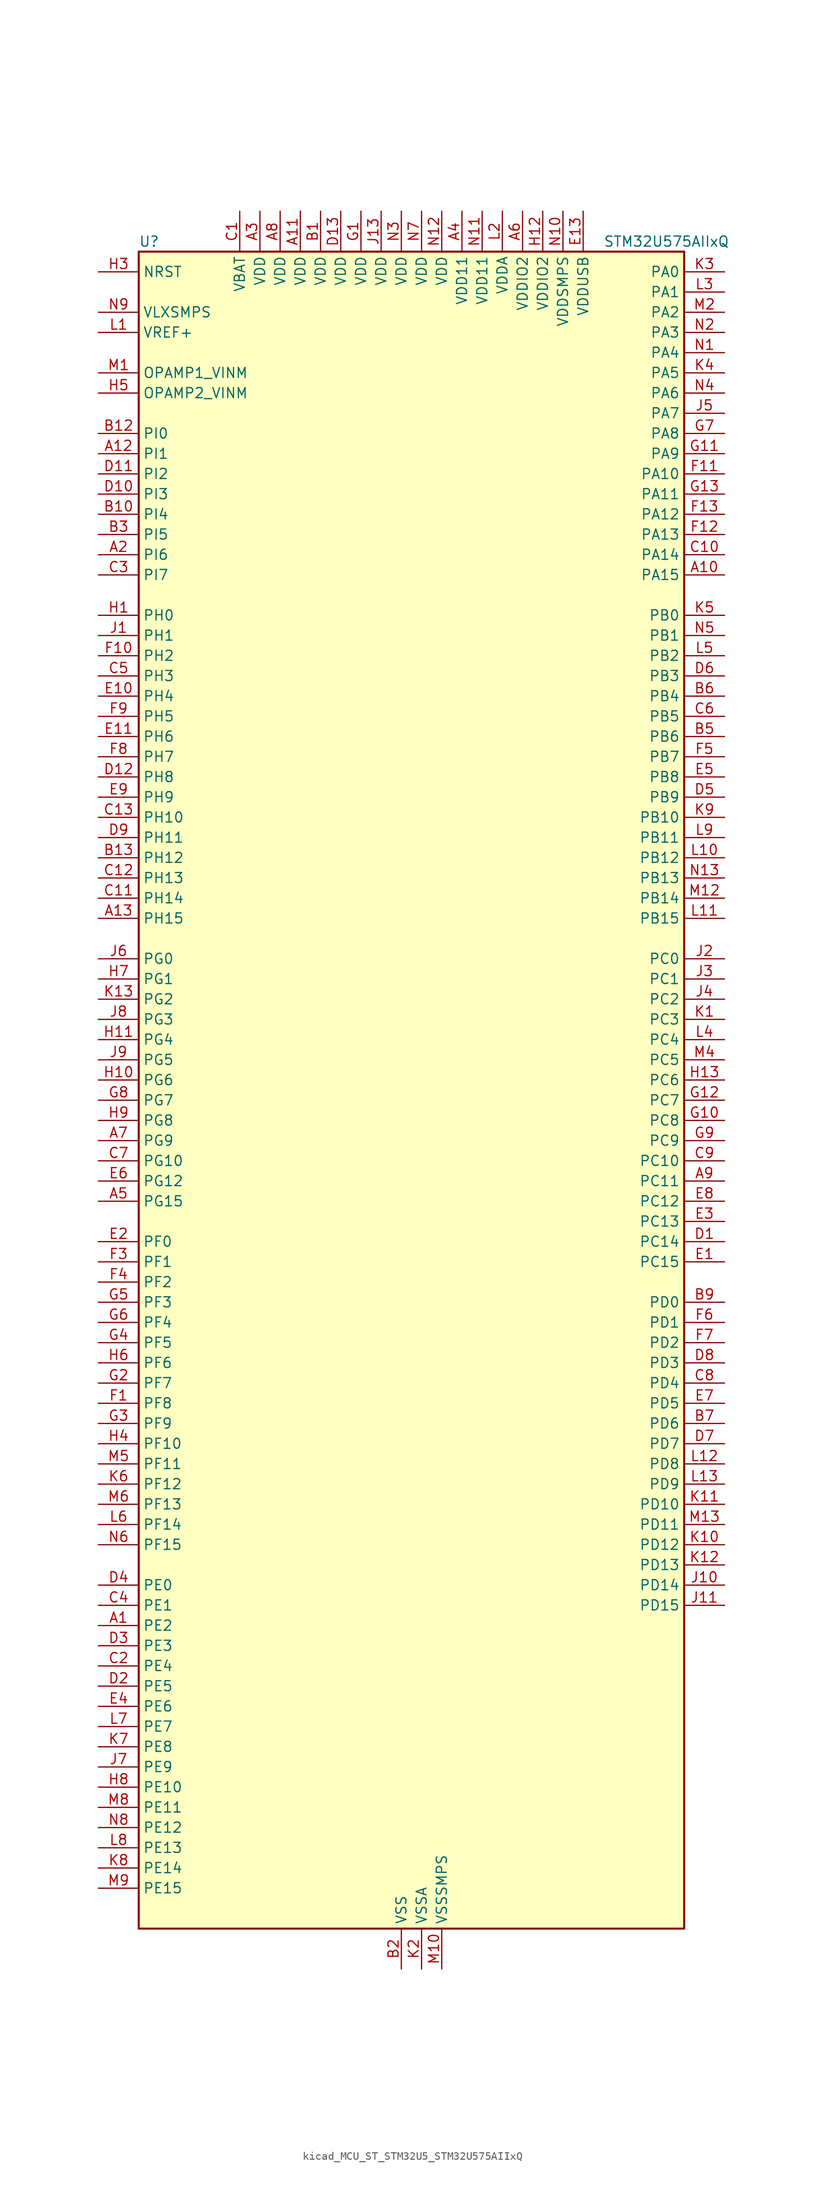
<source format=kicad_sym>
(kicad_symbol_lib
  (version 20220914)
  (generator kicad_symbol_editor)
  (symbol "kicad_MCU_ST_STM32U5_STM32U575AIIxQ"
    (property "Reference" "U"
      (at -33.02 107.95 0)
      (effects (font (size 1.27 1.27)) (justify left)))
    (property "Value" "STM32U575AIIxQ"
      (at 25.4 107.95 0)
      (effects (font (size 1.27 1.27)) (justify left)))
    (property "ki_locked" ""
      (at 0 0 0)
      (effects (font (size 1.27 1.27))))
    (symbol "kicad_MCU_ST_STM32U5_STM32U575AIIxQ_0_1"
      (rectangle (start -33.02 -104.14) (end 35.56 106.68) (stroke (width 0.254) (type default)) (fill (type background))))
    (symbol "kicad_MCU_ST_STM32U5_STM32U575AIIxQ_1_1"
      (pin bidirectional line (at -38.1 -66.04 0) (length 5.08) (name "PE2" (effects (font (size 1.27 1.27)))) (number "A1" (effects (font (size 1.27 1.27)))) (alternate "DEBUG_TRACECLK" bidirectional line) (alternate "FMC_A23" bidirectional line) (alternate "SAI1_CK1" bidirectional line) (alternate "SAI1_MCLK_A" bidirectional line) (alternate "TIM3_ETR" bidirectional line) (alternate "TSC_G7_IO1" bidirectional line))
      (pin bidirectional line (at 40.64 66.04 180) (length 5.08) (name "PA15" (effects (font (size 1.27 1.27)))) (number "A10" (effects (font (size 1.27 1.27)))) (alternate "ADC1_EXTI15" bidirectional line) (alternate "ADC4_EXTI15" bidirectional line) (alternate "DEBUG_JTDI" bidirectional line) (alternate "SAI2_FS_B" bidirectional line) (alternate "SPI1_NSS" bidirectional line) (alternate "SPI3_NSS" bidirectional line) (alternate "TIM2_CH1" bidirectional line) (alternate "TIM2_ETR" bidirectional line) (alternate "UART4_DE" bidirectional line) (alternate "UART4_RTS" bidirectional line) (alternate "UCPD1_CC1" bidirectional line) (alternate "USART2_RX" bidirectional line) (alternate "USART3_DE" bidirectional line) (alternate "USART3_RTS" bidirectional line))
      (pin power_in line (at -12.7 111.76 270) (length 5.08) (name "VDD" (effects (font (size 1.27 1.27)))) (number "A11" (effects (font (size 1.27 1.27)))))
      (pin bidirectional line (at -38.1 81.28 0) (length 5.08) (name "PI1" (effects (font (size 1.27 1.27)))) (number "A12" (effects (font (size 1.27 1.27)))) (alternate "DCMI_D8" bidirectional line) (alternate "OCTOSPIM_P2_IO2" bidirectional line) (alternate "PSSI_D8" bidirectional line) (alternate "SPI2_SCK" bidirectional line))
      (pin bidirectional line (at -38.1 22.86 0) (length 5.08) (name "PH15" (effects (font (size 1.27 1.27)))) (number "A13" (effects (font (size 1.27 1.27)))) (alternate "ADC1_EXTI15" bidirectional line) (alternate "ADC4_EXTI15" bidirectional line) (alternate "DCMI_D11" bidirectional line) (alternate "OCTOSPIM_P2_IO6" bidirectional line) (alternate "PSSI_D11" bidirectional line) (alternate "TIM8_CH3N" bidirectional line))
      (pin bidirectional line (at -38.1 68.58 0) (length 5.08) (name "PI6" (effects (font (size 1.27 1.27)))) (number "A2" (effects (font (size 1.27 1.27)))) (alternate "DCMI_D6" bidirectional line) (alternate "OCTOSPIM_P2_CLK" bidirectional line) (alternate "PSSI_D6" bidirectional line) (alternate "TIM8_CH2" bidirectional line))
      (pin power_in line (at -17.78 111.76 270) (length 5.08) (name "VDD" (effects (font (size 1.27 1.27)))) (number "A3" (effects (font (size 1.27 1.27)))))
      (pin power_in line (at 7.62 111.76 270) (length 5.08) (name "VDD11" (effects (font (size 1.27 1.27)))) (number "A4" (effects (font (size 1.27 1.27)))))
      (pin bidirectional line (at -38.1 -12.7 0) (length 5.08) (name "PG15" (effects (font (size 1.27 1.27)))) (number "A5" (effects (font (size 1.27 1.27)))) (alternate "ADC1_EXTI15" bidirectional line) (alternate "ADC4_EXTI15" bidirectional line) (alternate "DCMI_D13" bidirectional line) (alternate "I2C1_SMBA" bidirectional line) (alternate "LPTIM1_CH1" bidirectional line) (alternate "OCTOSPIM_P2_DQS" bidirectional line) (alternate "PSSI_D13" bidirectional line))
      (pin power_in line (at 15.24 111.76 270) (length 5.08) (name "VDDIO2" (effects (font (size 1.27 1.27)))) (number "A6" (effects (font (size 1.27 1.27)))))
      (pin bidirectional line (at -38.1 -5.08 0) (length 5.08) (name "PG9" (effects (font (size 1.27 1.27)))) (number "A7" (effects (font (size 1.27 1.27)))) (alternate "DAC1_EXTI9" bidirectional line) (alternate "FMC_NCE" bidirectional line) (alternate "FMC_NE2" bidirectional line) (alternate "OCTOSPIM_P2_IO6" bidirectional line) (alternate "SAI2_SCK_A" bidirectional line) (alternate "SPI3_SCK" bidirectional line) (alternate "TIM15_CH1N" bidirectional line) (alternate "USART1_TX" bidirectional line))
      (pin power_in line (at -15.24 111.76 270) (length 5.08) (name "VDD" (effects (font (size 1.27 1.27)))) (number "A8" (effects (font (size 1.27 1.27)))))
      (pin bidirectional line (at 40.64 -10.16 180) (length 5.08) (name "PC11" (effects (font (size 1.27 1.27)))) (number "A9" (effects (font (size 1.27 1.27)))) (alternate "ADC1_EXTI11" bidirectional line) (alternate "ADF1_SDI0" bidirectional line) (alternate "DCMI_D2" bidirectional line) (alternate "DCMI_D4" bidirectional line) (alternate "LPTIM3_IN1" bidirectional line) (alternate "OCTOSPIM_P1_NCS" bidirectional line) (alternate "PSSI_D2" bidirectional line) (alternate "PSSI_D4" bidirectional line) (alternate "SAI2_MCLK_B" bidirectional line) (alternate "SDMMC1_D3" bidirectional line) (alternate "SPI3_MISO" bidirectional line) (alternate "TSC_G3_IO3" bidirectional line) (alternate "UART4_RX" bidirectional line) (alternate "UCPD1_FRSTX2" bidirectional line) (alternate "USART3_RX" bidirectional line))
      (pin power_in line (at -10.16 111.76 270) (length 5.08) (name "VDD" (effects (font (size 1.27 1.27)))) (number "B1" (effects (font (size 1.27 1.27)))))
      (pin bidirectional line (at -38.1 73.66 0) (length 5.08) (name "PI4" (effects (font (size 1.27 1.27)))) (number "B10" (effects (font (size 1.27 1.27)))) (alternate "DCMI_D5" bidirectional line) (alternate "PSSI_D5" bidirectional line) (alternate "SPI2_RDY" bidirectional line) (alternate "TIM8_BKIN" bidirectional line))
      (pin passive line (at 0 -109.22 90) (length 5.08) hide (name "VSS" (effects (font (size 1.27 1.27)))) (number "B11" (effects (font (size 1.27 1.27)))))
      (pin bidirectional line (at -38.1 83.82 0) (length 5.08) (name "PI0" (effects (font (size 1.27 1.27)))) (number "B12" (effects (font (size 1.27 1.27)))) (alternate "DCMI_D13" bidirectional line) (alternate "OCTOSPIM_P1_IO5" bidirectional line) (alternate "PSSI_D13" bidirectional line) (alternate "SPI2_NSS" bidirectional line) (alternate "TIM5_CH4" bidirectional line))
      (pin bidirectional line (at -38.1 30.48 0) (length 5.08) (name "PH12" (effects (font (size 1.27 1.27)))) (number "B13" (effects (font (size 1.27 1.27)))) (alternate "DCMI_D3" bidirectional line) (alternate "OCTOSPIM_P2_IO7" bidirectional line) (alternate "PSSI_D3" bidirectional line) (alternate "TIM5_CH3" bidirectional line) (alternate "TIM8_CH4N" bidirectional line))
      (pin power_in line (at 0 -109.22 90) (length 5.08) (name "VSS" (effects (font (size 1.27 1.27)))) (number "B2" (effects (font (size 1.27 1.27)))))
      (pin bidirectional line (at -38.1 71.12 0) (length 5.08) (name "PI5" (effects (font (size 1.27 1.27)))) (number "B3" (effects (font (size 1.27 1.27)))) (alternate "DCMI_VSYNC" bidirectional line) (alternate "OCTOSPIM_P2_NCS" bidirectional line) (alternate "PSSI_RDY" bidirectional line) (alternate "TIM8_CH1" bidirectional line))
      (pin passive line (at 0 -109.22 90) (length 5.08) hide (name "VSS" (effects (font (size 1.27 1.27)))) (number "B4" (effects (font (size 1.27 1.27)))))
      (pin bidirectional line (at 40.64 45.72 180) (length 5.08) (name "PB6" (effects (font (size 1.27 1.27)))) (number "B5" (effects (font (size 1.27 1.27)))) (alternate "COMP2_INP" bidirectional line) (alternate "DCMI_D5" bidirectional line) (alternate "I2C1_SCL" bidirectional line) (alternate "I2C4_SCL" bidirectional line) (alternate "LPTIM1_ETR" bidirectional line) (alternate "MDF1_SDI5" bidirectional line) (alternate "PSSI_D5" bidirectional line) (alternate "PWR_WKUP3" bidirectional line) (alternate "SAI1_FS_B" bidirectional line) (alternate "TIM16_CH1N" bidirectional line) (alternate "TIM4_CH1" bidirectional line) (alternate "TIM8_BKIN2" bidirectional line) (alternate "TSC_G2_IO3" bidirectional line) (alternate "USART1_TX" bidirectional line))
      (pin bidirectional line (at 40.64 50.8 180) (length 5.08) (name "PB4" (effects (font (size 1.27 1.27)))) (number "B6" (effects (font (size 1.27 1.27)))) (alternate "ADF1_SDI0" bidirectional line) (alternate "COMP2_INP" bidirectional line) (alternate "DCMI_D12" bidirectional line) (alternate "DEBUG_JTRST" bidirectional line) (alternate "I2C3_SDA" bidirectional line) (alternate "LPTIM1_CH2" bidirectional line) (alternate "PSSI_D12" bidirectional line) (alternate "SAI1_MCLK_B" bidirectional line) (alternate "SDMMC2_D3" bidirectional line) (alternate "SPI1_MISO" bidirectional line) (alternate "SPI3_MISO" bidirectional line) (alternate "TIM17_BKIN" bidirectional line) (alternate "TIM3_CH1" bidirectional line) (alternate "TSC_G2_IO1" bidirectional line) (alternate "UART5_DE" bidirectional line) (alternate "UART5_RTS" bidirectional line) (alternate "USART1_CTS" bidirectional line))
      (pin bidirectional line (at 40.64 -40.64 180) (length 5.08) (name "PD6" (effects (font (size 1.27 1.27)))) (number "B7" (effects (font (size 1.27 1.27)))) (alternate "DCMI_D10" bidirectional line) (alternate "FMC_NWAIT" bidirectional line) (alternate "MDF1_SDI1" bidirectional line) (alternate "OCTOSPIM_P1_IO6" bidirectional line) (alternate "PSSI_D10" bidirectional line) (alternate "SAI1_D1" bidirectional line) (alternate "SAI1_SD_A" bidirectional line) (alternate "SDMMC2_CK" bidirectional line) (alternate "SPI3_MOSI" bidirectional line) (alternate "USART2_RX" bidirectional line))
      (pin passive line (at 0 -109.22 90) (length 5.08) hide (name "VSS" (effects (font (size 1.27 1.27)))) (number "B8" (effects (font (size 1.27 1.27)))))
      (pin bidirectional line (at 40.64 -25.4 180) (length 5.08) (name "PD0" (effects (font (size 1.27 1.27)))) (number "B9" (effects (font (size 1.27 1.27)))) (alternate "FDCAN1_RX" bidirectional line) (alternate "FMC_D2" bidirectional line) (alternate "FMC_DA2" bidirectional line) (alternate "SPI2_NSS" bidirectional line) (alternate "TIM8_CH4N" bidirectional line))
      (pin power_in line (at -20.32 111.76 270) (length 5.08) (name "VBAT" (effects (font (size 1.27 1.27)))) (number "C1" (effects (font (size 1.27 1.27)))))
      (pin bidirectional line (at 40.64 68.58 180) (length 5.08) (name "PA14" (effects (font (size 1.27 1.27)))) (number "C10" (effects (font (size 1.27 1.27)))) (alternate "DEBUG_JTCK-SWCLK" bidirectional line) (alternate "I2C1_SMBA" bidirectional line) (alternate "I2C4_SMBA" bidirectional line) (alternate "LPTIM1_CH1" bidirectional line) (alternate "SAI1_FS_B" bidirectional line) (alternate "USB_OTG_FS_SOF" bidirectional line))
      (pin bidirectional line (at -38.1 25.4 0) (length 5.08) (name "PH14" (effects (font (size 1.27 1.27)))) (number "C11" (effects (font (size 1.27 1.27)))) (alternate "DCMI_D4" bidirectional line) (alternate "FDCAN1_RX" bidirectional line) (alternate "PSSI_D4" bidirectional line) (alternate "TIM8_CH2N" bidirectional line))
      (pin bidirectional line (at -38.1 27.94 0) (length 5.08) (name "PH13" (effects (font (size 1.27 1.27)))) (number "C12" (effects (font (size 1.27 1.27)))) (alternate "FDCAN1_TX" bidirectional line) (alternate "TIM8_CH1N" bidirectional line))
      (pin bidirectional line (at -38.1 35.56 0) (length 5.08) (name "PH10" (effects (font (size 1.27 1.27)))) (number "C13" (effects (font (size 1.27 1.27)))) (alternate "DCMI_D1" bidirectional line) (alternate "OCTOSPIM_P2_IO5" bidirectional line) (alternate "PSSI_D1" bidirectional line) (alternate "TIM5_CH1" bidirectional line))
      (pin bidirectional line (at -38.1 -71.12 0) (length 5.08) (name "PE4" (effects (font (size 1.27 1.27)))) (number "C2" (effects (font (size 1.27 1.27)))) (alternate "DCMI_D4" bidirectional line) (alternate "DEBUG_TRACED1" bidirectional line) (alternate "FMC_A20" bidirectional line) (alternate "MDF1_SDI3" bidirectional line) (alternate "PSSI_D4" bidirectional line) (alternate "PWR_WKUP1" bidirectional line) (alternate "SAI1_D2" bidirectional line) (alternate "SAI1_FS_A" bidirectional line) (alternate "TAMP_IN7" bidirectional line) (alternate "TAMP_OUT8" bidirectional line) (alternate "TIM3_CH2" bidirectional line) (alternate "TSC_G7_IO3" bidirectional line))
      (pin bidirectional line (at -38.1 66.04 0) (length 5.08) (name "PI7" (effects (font (size 1.27 1.27)))) (number "C3" (effects (font (size 1.27 1.27)))) (alternate "DCMI_D7" bidirectional line) (alternate "OCTOSPIM_P2_NCLK" bidirectional line) (alternate "PSSI_D7" bidirectional line) (alternate "TIM8_CH3" bidirectional line))
      (pin bidirectional line (at -38.1 -63.5 0) (length 5.08) (name "PE1" (effects (font (size 1.27 1.27)))) (number "C4" (effects (font (size 1.27 1.27)))) (alternate "DCMI_D3" bidirectional line) (alternate "FMC_NBL1" bidirectional line) (alternate "PSSI_D3" bidirectional line) (alternate "TIM17_CH1" bidirectional line))
      (pin bidirectional line (at -38.1 53.34 0) (length 5.08) (name "PH3" (effects (font (size 1.27 1.27)))) (number "C5" (effects (font (size 1.27 1.27)))))
      (pin bidirectional line (at 40.64 48.26 180) (length 5.08) (name "PB5" (effects (font (size 1.27 1.27)))) (number "C6" (effects (font (size 1.27 1.27)))) (alternate "COMP2_OUT" bidirectional line) (alternate "DCMI_D10" bidirectional line) (alternate "I2C1_SMBA" bidirectional line) (alternate "LPTIM1_IN1" bidirectional line) (alternate "OCTOSPIM_P1_NCLK" bidirectional line) (alternate "PSSI_D10" bidirectional line) (alternate "PWR_WKUP6" bidirectional line) (alternate "SAI1_SD_B" bidirectional line) (alternate "SPI1_MOSI" bidirectional line) (alternate "SPI3_MOSI" bidirectional line) (alternate "TIM16_BKIN" bidirectional line) (alternate "TIM3_CH2" bidirectional line) (alternate "TSC_G2_IO2" bidirectional line) (alternate "UART5_CTS" bidirectional line) (alternate "UCPD1_DBCC1" bidirectional line) (alternate "USART1_CK" bidirectional line))
      (pin bidirectional line (at -38.1 -7.62 0) (length 5.08) (name "PG10" (effects (font (size 1.27 1.27)))) (number "C7" (effects (font (size 1.27 1.27)))) (alternate "FMC_NE3" bidirectional line) (alternate "LPTIM1_IN1" bidirectional line) (alternate "OCTOSPIM_P2_IO7" bidirectional line) (alternate "SAI2_FS_A" bidirectional line) (alternate "SPI3_MISO" bidirectional line) (alternate "TIM15_CH1" bidirectional line) (alternate "USART1_RX" bidirectional line))
      (pin bidirectional line (at 40.64 -35.56 180) (length 5.08) (name "PD4" (effects (font (size 1.27 1.27)))) (number "C8" (effects (font (size 1.27 1.27)))) (alternate "FMC_NOE" bidirectional line) (alternate "MDF1_CKI0" bidirectional line) (alternate "OCTOSPIM_P1_IO4" bidirectional line) (alternate "SPI2_MOSI" bidirectional line) (alternate "USART2_DE" bidirectional line) (alternate "USART2_RTS" bidirectional line))
      (pin bidirectional line (at 40.64 -7.62 180) (length 5.08) (name "PC10" (effects (font (size 1.27 1.27)))) (number "C9" (effects (font (size 1.27 1.27)))) (alternate "ADF1_CCK1" bidirectional line) (alternate "DCMI_D8" bidirectional line) (alternate "DEBUG_TRACED1" bidirectional line) (alternate "LPTIM3_ETR" bidirectional line) (alternate "PSSI_D8" bidirectional line) (alternate "SAI2_SCK_B" bidirectional line) (alternate "SDMMC1_D2" bidirectional line) (alternate "SPI3_SCK" bidirectional line) (alternate "TSC_G3_IO2" bidirectional line) (alternate "UART4_TX" bidirectional line) (alternate "USART3_TX" bidirectional line))
      (pin bidirectional line (at 40.64 -17.78 180) (length 5.08) (name "PC14" (effects (font (size 1.27 1.27)))) (number "D1" (effects (font (size 1.27 1.27)))) (alternate "RCC_OSC32_IN" bidirectional line))
      (pin bidirectional line (at -38.1 76.2 0) (length 5.08) (name "PI3" (effects (font (size 1.27 1.27)))) (number "D10" (effects (font (size 1.27 1.27)))) (alternate "DCMI_D10" bidirectional line) (alternate "OCTOSPIM_P2_IO0" bidirectional line) (alternate "PSSI_D10" bidirectional line) (alternate "SPI2_MOSI" bidirectional line) (alternate "TIM8_ETR" bidirectional line))
      (pin bidirectional line (at -38.1 78.74 0) (length 5.08) (name "PI2" (effects (font (size 1.27 1.27)))) (number "D11" (effects (font (size 1.27 1.27)))) (alternate "DCMI_D9" bidirectional line) (alternate "OCTOSPIM_P2_IO1" bidirectional line) (alternate "PSSI_D9" bidirectional line) (alternate "SPI2_MISO" bidirectional line) (alternate "TIM8_CH4" bidirectional line))
      (pin bidirectional line (at -38.1 40.64 0) (length 5.08) (name "PH8" (effects (font (size 1.27 1.27)))) (number "D12" (effects (font (size 1.27 1.27)))) (alternate "DCMI_HSYNC" bidirectional line) (alternate "I2C3_SDA" bidirectional line) (alternate "OCTOSPIM_P2_IO3" bidirectional line) (alternate "PSSI_DE" bidirectional line))
      (pin power_in line (at -7.62 111.76 270) (length 5.08) (name "VDD" (effects (font (size 1.27 1.27)))) (number "D13" (effects (font (size 1.27 1.27)))))
      (pin bidirectional line (at -38.1 -73.66 0) (length 5.08) (name "PE5" (effects (font (size 1.27 1.27)))) (number "D2" (effects (font (size 1.27 1.27)))) (alternate "DCMI_D6" bidirectional line) (alternate "DEBUG_TRACED2" bidirectional line) (alternate "FMC_A21" bidirectional line) (alternate "MDF1_CKI3" bidirectional line) (alternate "PSSI_D6" bidirectional line) (alternate "PWR_WKUP2" bidirectional line) (alternate "SAI1_CK2" bidirectional line) (alternate "SAI1_SCK_A" bidirectional line) (alternate "TAMP_IN8" bidirectional line) (alternate "TAMP_OUT7" bidirectional line) (alternate "TIM3_CH3" bidirectional line) (alternate "TSC_G7_IO4" bidirectional line))
      (pin bidirectional line (at -38.1 -68.58 0) (length 5.08) (name "PE3" (effects (font (size 1.27 1.27)))) (number "D3" (effects (font (size 1.27 1.27)))) (alternate "DEBUG_TRACED0" bidirectional line) (alternate "FMC_A19" bidirectional line) (alternate "OCTOSPIM_P1_DQS" bidirectional line) (alternate "SAI1_SD_B" bidirectional line) (alternate "TAMP_IN6" bidirectional line) (alternate "TAMP_OUT3" bidirectional line) (alternate "TIM3_CH1" bidirectional line) (alternate "TSC_G7_IO2" bidirectional line))
      (pin bidirectional line (at -38.1 -60.96 0) (length 5.08) (name "PE0" (effects (font (size 1.27 1.27)))) (number "D4" (effects (font (size 1.27 1.27)))) (alternate "DCMI_D2" bidirectional line) (alternate "FMC_NBL0" bidirectional line) (alternate "PSSI_D2" bidirectional line) (alternate "TIM16_CH1" bidirectional line) (alternate "TIM4_ETR" bidirectional line))
      (pin bidirectional line (at 40.64 38.1 180) (length 5.08) (name "PB9" (effects (font (size 1.27 1.27)))) (number "D5" (effects (font (size 1.27 1.27)))) (alternate "DAC1_EXTI9" bidirectional line) (alternate "DCMI_D7" bidirectional line) (alternate "FDCAN1_TX" bidirectional line) (alternate "I2C1_SDA" bidirectional line) (alternate "IR_OUT" bidirectional line) (alternate "PSSI_D7" bidirectional line) (alternate "SAI1_D2" bidirectional line) (alternate "SAI1_FS_A" bidirectional line) (alternate "SDMMC1_CDIR" bidirectional line) (alternate "SDMMC1_D5" bidirectional line) (alternate "SDMMC2_D5" bidirectional line) (alternate "SPI2_NSS" bidirectional line) (alternate "TIM17_CH1" bidirectional line) (alternate "TIM4_CH4" bidirectional line))
      (pin bidirectional line (at 40.64 53.34 180) (length 5.08) (name "PB3" (effects (font (size 1.27 1.27)))) (number "D6" (effects (font (size 1.27 1.27)))) (alternate "ADF1_CCK0" bidirectional line) (alternate "COMP2_INM" bidirectional line) (alternate "CRS_SYNC" bidirectional line) (alternate "DEBUG_JTDO-SWO" bidirectional line) (alternate "I2C1_SDA" bidirectional line) (alternate "LPTIM1_CH1" bidirectional line) (alternate "SAI1_SCK_B" bidirectional line) (alternate "SDMMC2_D2" bidirectional line) (alternate "SPI1_SCK" bidirectional line) (alternate "SPI3_SCK" bidirectional line) (alternate "TIM2_CH2" bidirectional line) (alternate "USART1_DE" bidirectional line) (alternate "USART1_RTS" bidirectional line))
      (pin bidirectional line (at 40.64 -43.18 180) (length 5.08) (name "PD7" (effects (font (size 1.27 1.27)))) (number "D7" (effects (font (size 1.27 1.27)))) (alternate "FMC_NCE" bidirectional line) (alternate "FMC_NE1" bidirectional line) (alternate "LPTIM4_OUT" bidirectional line) (alternate "MDF1_CKI1" bidirectional line) (alternate "OCTOSPIM_P1_IO7" bidirectional line) (alternate "SDMMC2_CMD" bidirectional line) (alternate "USART2_CK" bidirectional line))
      (pin bidirectional line (at 40.64 -33.02 180) (length 5.08) (name "PD3" (effects (font (size 1.27 1.27)))) (number "D8" (effects (font (size 1.27 1.27)))) (alternate "DCMI_D5" bidirectional line) (alternate "FMC_CLK" bidirectional line) (alternate "MDF1_SDI0" bidirectional line) (alternate "OCTOSPIM_P2_NCS" bidirectional line) (alternate "PSSI_D5" bidirectional line) (alternate "SPI2_MISO" bidirectional line) (alternate "SPI2_SCK" bidirectional line) (alternate "USART2_CTS" bidirectional line))
      (pin bidirectional line (at -38.1 33.02 0) (length 5.08) (name "PH11" (effects (font (size 1.27 1.27)))) (number "D9" (effects (font (size 1.27 1.27)))) (alternate "ADC1_EXTI11" bidirectional line) (alternate "DCMI_D2" bidirectional line) (alternate "OCTOSPIM_P2_IO6" bidirectional line) (alternate "PSSI_D2" bidirectional line) (alternate "TIM5_CH2" bidirectional line))
      (pin bidirectional line (at 40.64 -20.32 180) (length 5.08) (name "PC15" (effects (font (size 1.27 1.27)))) (number "E1" (effects (font (size 1.27 1.27)))) (alternate "ADC1_EXTI15" bidirectional line) (alternate "ADC4_EXTI15" bidirectional line) (alternate "RCC_OSC32_OUT" bidirectional line))
      (pin bidirectional line (at -38.1 50.8 0) (length 5.08) (name "PH4" (effects (font (size 1.27 1.27)))) (number "E10" (effects (font (size 1.27 1.27)))) (alternate "I2C2_SCL" bidirectional line) (alternate "OCTOSPIM_P2_DQS" bidirectional line) (alternate "PSSI_D14" bidirectional line))
      (pin bidirectional line (at -38.1 45.72 0) (length 5.08) (name "PH6" (effects (font (size 1.27 1.27)))) (number "E11" (effects (font (size 1.27 1.27)))) (alternate "DCMI_D8" bidirectional line) (alternate "I2C2_SMBA" bidirectional line) (alternate "OCTOSPIM_P2_CLK" bidirectional line) (alternate "PSSI_D8" bidirectional line))
      (pin passive line (at 0 -109.22 90) (length 5.08) hide (name "VSS" (effects (font (size 1.27 1.27)))) (number "E12" (effects (font (size 1.27 1.27)))))
      (pin power_in line (at 22.86 111.76 270) (length 5.08) (name "VDDUSB" (effects (font (size 1.27 1.27)))) (number "E13" (effects (font (size 1.27 1.27)))))
      (pin bidirectional line (at -38.1 -17.78 0) (length 5.08) (name "PF0" (effects (font (size 1.27 1.27)))) (number "E2" (effects (font (size 1.27 1.27)))) (alternate "FMC_A0" bidirectional line) (alternate "I2C2_SDA" bidirectional line) (alternate "OCTOSPIM_P2_IO0" bidirectional line))
      (pin bidirectional line (at 40.64 -15.24 180) (length 5.08) (name "PC13" (effects (font (size 1.27 1.27)))) (number "E3" (effects (font (size 1.27 1.27)))) (alternate "PWR_WKUP2" bidirectional line) (alternate "RTC_OUT1" bidirectional line) (alternate "RTC_TS" bidirectional line) (alternate "TAMP_IN1" bidirectional line) (alternate "TAMP_OUT2" bidirectional line))
      (pin bidirectional line (at -38.1 -76.2 0) (length 5.08) (name "PE6" (effects (font (size 1.27 1.27)))) (number "E4" (effects (font (size 1.27 1.27)))) (alternate "DCMI_D7" bidirectional line) (alternate "DEBUG_TRACED3" bidirectional line) (alternate "FMC_A22" bidirectional line) (alternate "PSSI_D7" bidirectional line) (alternate "PWR_WKUP3" bidirectional line) (alternate "SAI1_D1" bidirectional line) (alternate "SAI1_SD_A" bidirectional line) (alternate "TAMP_IN3" bidirectional line) (alternate "TAMP_OUT6" bidirectional line) (alternate "TIM3_CH4" bidirectional line))
      (pin bidirectional line (at 40.64 40.64 180) (length 5.08) (name "PB8" (effects (font (size 1.27 1.27)))) (number "E5" (effects (font (size 1.27 1.27)))) (alternate "DCMI_D6" bidirectional line) (alternate "FDCAN1_RX" bidirectional line) (alternate "I2C1_SCL" bidirectional line) (alternate "MDF1_CCK0" bidirectional line) (alternate "PSSI_D6" bidirectional line) (alternate "PWR_WKUP5" bidirectional line) (alternate "SAI1_CK1" bidirectional line) (alternate "SAI1_MCLK_A" bidirectional line) (alternate "SDMMC1_CKIN" bidirectional line) (alternate "SDMMC1_D4" bidirectional line) (alternate "SDMMC2_D4" bidirectional line) (alternate "SPI3_RDY" bidirectional line) (alternate "TIM16_CH1" bidirectional line) (alternate "TIM4_CH3" bidirectional line))
      (pin bidirectional line (at -38.1 -10.16 0) (length 5.08) (name "PG12" (effects (font (size 1.27 1.27)))) (number "E6" (effects (font (size 1.27 1.27)))) (alternate "FMC_NE4" bidirectional line) (alternate "LPTIM1_ETR" bidirectional line) (alternate "OCTOSPIM_P2_NCS" bidirectional line) (alternate "SAI2_SD_A" bidirectional line) (alternate "SPI3_NSS" bidirectional line) (alternate "USART1_DE" bidirectional line) (alternate "USART1_RTS" bidirectional line))
      (pin bidirectional line (at 40.64 -38.1 180) (length 5.08) (name "PD5" (effects (font (size 1.27 1.27)))) (number "E7" (effects (font (size 1.27 1.27)))) (alternate "FMC_NWE" bidirectional line) (alternate "OCTOSPIM_P1_IO5" bidirectional line) (alternate "SPI2_RDY" bidirectional line) (alternate "USART2_TX" bidirectional line))
      (pin bidirectional line (at 40.64 -12.7 180) (length 5.08) (name "PC12" (effects (font (size 1.27 1.27)))) (number "E8" (effects (font (size 1.27 1.27)))) (alternate "DCMI_D9" bidirectional line) (alternate "DEBUG_TRACED3" bidirectional line) (alternate "PSSI_D9" bidirectional line) (alternate "SAI2_SD_B" bidirectional line) (alternate "SDMMC1_CK" bidirectional line) (alternate "SPI3_MOSI" bidirectional line) (alternate "TSC_G3_IO4" bidirectional line) (alternate "UART5_TX" bidirectional line) (alternate "USART3_CK" bidirectional line))
      (pin bidirectional line (at -38.1 38.1 0) (length 5.08) (name "PH9" (effects (font (size 1.27 1.27)))) (number "E9" (effects (font (size 1.27 1.27)))) (alternate "DAC1_EXTI9" bidirectional line) (alternate "DCMI_D0" bidirectional line) (alternate "I2C3_SMBA" bidirectional line) (alternate "OCTOSPIM_P2_IO4" bidirectional line) (alternate "PSSI_D0" bidirectional line))
      (pin bidirectional line (at -38.1 -38.1 0) (length 5.08) (name "PF8" (effects (font (size 1.27 1.27)))) (number "F1" (effects (font (size 1.27 1.27)))) (alternate "FDCAN1_TX" bidirectional line) (alternate "OCTOSPIM_P1_IO0" bidirectional line) (alternate "PSSI_D14" bidirectional line) (alternate "SAI1_SCK_B" bidirectional line) (alternate "TIM5_CH3" bidirectional line))
      (pin bidirectional line (at -38.1 55.88 0) (length 5.08) (name "PH2" (effects (font (size 1.27 1.27)))) (number "F10" (effects (font (size 1.27 1.27)))) (alternate "OCTOSPIM_P1_IO4" bidirectional line))
      (pin bidirectional line (at 40.64 78.74 180) (length 5.08) (name "PA10" (effects (font (size 1.27 1.27)))) (number "F11" (effects (font (size 1.27 1.27)))) (alternate "CRS_SYNC" bidirectional line) (alternate "DCMI_D1" bidirectional line) (alternate "LPTIM2_IN2" bidirectional line) (alternate "PSSI_D1" bidirectional line) (alternate "SAI1_D1" bidirectional line) (alternate "SAI1_SD_A" bidirectional line) (alternate "TIM17_BKIN" bidirectional line) (alternate "TIM1_CH3" bidirectional line) (alternate "USART1_RX" bidirectional line) (alternate "USB_OTG_FS_ID" bidirectional line))
      (pin bidirectional line (at 40.64 71.12 180) (length 5.08) (name "PA13" (effects (font (size 1.27 1.27)))) (number "F12" (effects (font (size 1.27 1.27)))) (alternate "DEBUG_JTMS-SWDIO" bidirectional line) (alternate "IR_OUT" bidirectional line) (alternate "SAI1_SD_B" bidirectional line) (alternate "USB_OTG_FS_NOE" bidirectional line))
      (pin bidirectional line (at 40.64 73.66 180) (length 5.08) (name "PA12" (effects (font (size 1.27 1.27)))) (number "F13" (effects (font (size 1.27 1.27)))) (alternate "FDCAN1_TX" bidirectional line) (alternate "OCTOSPIM_P2_NCS" bidirectional line) (alternate "SPI1_MOSI" bidirectional line) (alternate "TIM1_ETR" bidirectional line) (alternate "USART1_DE" bidirectional line) (alternate "USART1_RTS" bidirectional line) (alternate "USB_OTG_FS_DP" bidirectional line))
      (pin passive line (at 0 -109.22 90) (length 5.08) hide (name "VSS" (effects (font (size 1.27 1.27)))) (number "F2" (effects (font (size 1.27 1.27)))))
      (pin bidirectional line (at -38.1 -20.32 0) (length 5.08) (name "PF1" (effects (font (size 1.27 1.27)))) (number "F3" (effects (font (size 1.27 1.27)))) (alternate "FMC_A1" bidirectional line) (alternate "I2C2_SCL" bidirectional line) (alternate "OCTOSPIM_P2_IO1" bidirectional line))
      (pin bidirectional line (at -38.1 -22.86 0) (length 5.08) (name "PF2" (effects (font (size 1.27 1.27)))) (number "F4" (effects (font (size 1.27 1.27)))) (alternate "FMC_A2" bidirectional line) (alternate "I2C2_SMBA" bidirectional line) (alternate "LPTIM3_CH2" bidirectional line) (alternate "OCTOSPIM_P2_IO2" bidirectional line) (alternate "PWR_WKUP8" bidirectional line))
      (pin bidirectional line (at 40.64 43.18 180) (length 5.08) (name "PB7" (effects (font (size 1.27 1.27)))) (number "F5" (effects (font (size 1.27 1.27)))) (alternate "COMP2_INM" bidirectional line) (alternate "DCMI_VSYNC" bidirectional line) (alternate "FMC_NL" bidirectional line) (alternate "I2C1_SDA" bidirectional line) (alternate "I2C4_SDA" bidirectional line) (alternate "LPTIM1_IN2" bidirectional line) (alternate "MDF1_CKI5" bidirectional line) (alternate "PSSI_RDY" bidirectional line) (alternate "PWR_PVD_IN" bidirectional line) (alternate "PWR_WKUP4" bidirectional line) (alternate "TIM17_CH1N" bidirectional line) (alternate "TIM4_CH2" bidirectional line) (alternate "TIM8_BKIN" bidirectional line) (alternate "TSC_G2_IO4" bidirectional line) (alternate "UART4_CTS" bidirectional line) (alternate "USART1_RX" bidirectional line))
      (pin bidirectional line (at 40.64 -27.94 180) (length 5.08) (name "PD1" (effects (font (size 1.27 1.27)))) (number "F6" (effects (font (size 1.27 1.27)))) (alternate "FDCAN1_TX" bidirectional line) (alternate "FMC_D3" bidirectional line) (alternate "FMC_DA3" bidirectional line) (alternate "SPI2_SCK" bidirectional line))
      (pin bidirectional line (at 40.64 -30.48 180) (length 5.08) (name "PD2" (effects (font (size 1.27 1.27)))) (number "F7" (effects (font (size 1.27 1.27)))) (alternate "DCMI_D11" bidirectional line) (alternate "DEBUG_TRACED2" bidirectional line) (alternate "LPTIM4_ETR" bidirectional line) (alternate "PSSI_D11" bidirectional line) (alternate "SDMMC1_CMD" bidirectional line) (alternate "TIM3_ETR" bidirectional line) (alternate "TSC_SYNC" bidirectional line) (alternate "UART5_RX" bidirectional line) (alternate "USART3_DE" bidirectional line) (alternate "USART3_RTS" bidirectional line))
      (pin bidirectional line (at -38.1 43.18 0) (length 5.08) (name "PH7" (effects (font (size 1.27 1.27)))) (number "F8" (effects (font (size 1.27 1.27)))) (alternate "DCMI_D9" bidirectional line) (alternate "I2C3_SCL" bidirectional line) (alternate "OCTOSPIM_P2_NCLK" bidirectional line) (alternate "PSSI_D9" bidirectional line))
      (pin bidirectional line (at -38.1 48.26 0) (length 5.08) (name "PH5" (effects (font (size 1.27 1.27)))) (number "F9" (effects (font (size 1.27 1.27)))) (alternate "DCMI_PIXCLK" bidirectional line) (alternate "I2C2_SDA" bidirectional line) (alternate "PSSI_PDCK" bidirectional line))
      (pin power_in line (at -5.08 111.76 270) (length 5.08) (name "VDD" (effects (font (size 1.27 1.27)))) (number "G1" (effects (font (size 1.27 1.27)))))
      (pin bidirectional line (at 40.64 -2.54 180) (length 5.08) (name "PC8" (effects (font (size 1.27 1.27)))) (number "G10" (effects (font (size 1.27 1.27)))) (alternate "DCMI_D2" bidirectional line) (alternate "LPTIM3_CH1" bidirectional line) (alternate "PSSI_D2" bidirectional line) (alternate "PWR_SRDSTOP" bidirectional line) (alternate "SDMMC1_D0" bidirectional line) (alternate "TIM3_CH3" bidirectional line) (alternate "TIM8_CH3" bidirectional line) (alternate "TSC_G4_IO3" bidirectional line))
      (pin bidirectional line (at 40.64 81.28 180) (length 5.08) (name "PA9" (effects (font (size 1.27 1.27)))) (number "G11" (effects (font (size 1.27 1.27)))) (alternate "DAC1_EXTI9" bidirectional line) (alternate "DCMI_D0" bidirectional line) (alternate "PSSI_D0" bidirectional line) (alternate "SAI1_FS_A" bidirectional line) (alternate "SPI2_SCK" bidirectional line) (alternate "TIM15_BKIN" bidirectional line) (alternate "TIM1_CH2" bidirectional line) (alternate "USART1_TX" bidirectional line) (alternate "USB_OTG_FS_VBUS" bidirectional line))
      (pin bidirectional line (at 40.64 0 180) (length 5.08) (name "PC7" (effects (font (size 1.27 1.27)))) (number "G12" (effects (font (size 1.27 1.27)))) (alternate "DCMI_D1" bidirectional line) (alternate "LPTIM2_CH2" bidirectional line) (alternate "MDF1_SDI3" bidirectional line) (alternate "PSSI_D1" bidirectional line) (alternate "PWR_CDSTOP" bidirectional line) (alternate "SAI2_MCLK_B" bidirectional line) (alternate "SDMMC1_D123DIR" bidirectional line) (alternate "SDMMC1_D7" bidirectional line) (alternate "SDMMC2_D7" bidirectional line) (alternate "TIM3_CH2" bidirectional line) (alternate "TIM8_CH2" bidirectional line) (alternate "TSC_G4_IO2" bidirectional line))
      (pin bidirectional line (at 40.64 76.2 180) (length 5.08) (name "PA11" (effects (font (size 1.27 1.27)))) (number "G13" (effects (font (size 1.27 1.27)))) (alternate "ADC1_EXTI11" bidirectional line) (alternate "FDCAN1_RX" bidirectional line) (alternate "SPI1_MISO" bidirectional line) (alternate "TIM1_BKIN2" bidirectional line) (alternate "TIM1_CH4" bidirectional line) (alternate "USART1_CTS" bidirectional line) (alternate "USB_OTG_FS_DM" bidirectional line))
      (pin bidirectional line (at -38.1 -35.56 0) (length 5.08) (name "PF7" (effects (font (size 1.27 1.27)))) (number "G2" (effects (font (size 1.27 1.27)))) (alternate "FDCAN1_RX" bidirectional line) (alternate "OCTOSPIM_P1_IO2" bidirectional line) (alternate "SAI1_MCLK_B" bidirectional line) (alternate "TIM5_CH2" bidirectional line))
      (pin bidirectional line (at -38.1 -40.64 0) (length 5.08) (name "PF9" (effects (font (size 1.27 1.27)))) (number "G3" (effects (font (size 1.27 1.27)))) (alternate "DAC1_EXTI9" bidirectional line) (alternate "OCTOSPIM_P1_IO1" bidirectional line) (alternate "PSSI_D15" bidirectional line) (alternate "SAI1_FS_B" bidirectional line) (alternate "TIM15_CH1" bidirectional line) (alternate "TIM5_CH4" bidirectional line))
      (pin bidirectional line (at -38.1 -30.48 0) (length 5.08) (name "PF5" (effects (font (size 1.27 1.27)))) (number "G4" (effects (font (size 1.27 1.27)))) (alternate "FMC_A5" bidirectional line) (alternate "LPTIM3_CH1" bidirectional line) (alternate "OCTOSPIM_P2_NCLK" bidirectional line))
      (pin bidirectional line (at -38.1 -25.4 0) (length 5.08) (name "PF3" (effects (font (size 1.27 1.27)))) (number "G5" (effects (font (size 1.27 1.27)))) (alternate "FMC_A3" bidirectional line) (alternate "LPTIM3_IN1" bidirectional line) (alternate "OCTOSPIM_P2_IO3" bidirectional line))
      (pin bidirectional line (at -38.1 -27.94 0) (length 5.08) (name "PF4" (effects (font (size 1.27 1.27)))) (number "G6" (effects (font (size 1.27 1.27)))) (alternate "FMC_A4" bidirectional line) (alternate "LPTIM3_ETR" bidirectional line) (alternate "OCTOSPIM_P2_CLK" bidirectional line))
      (pin bidirectional line (at 40.64 83.82 180) (length 5.08) (name "PA8" (effects (font (size 1.27 1.27)))) (number "G7" (effects (font (size 1.27 1.27)))) (alternate "DEBUG_TRACECLK" bidirectional line) (alternate "LPTIM2_CH1" bidirectional line) (alternate "RCC_MCO" bidirectional line) (alternate "SAI1_CK2" bidirectional line) (alternate "SAI1_SCK_A" bidirectional line) (alternate "SPI1_RDY" bidirectional line) (alternate "TIM1_CH1" bidirectional line) (alternate "USART1_CK" bidirectional line) (alternate "USB_OTG_FS_SOF" bidirectional line))
      (pin bidirectional line (at -38.1 0 0) (length 5.08) (name "PG7" (effects (font (size 1.27 1.27)))) (number "G8" (effects (font (size 1.27 1.27)))) (alternate "FMC_INT" bidirectional line) (alternate "I2C3_SCL" bidirectional line) (alternate "LPUART1_TX" bidirectional line) (alternate "MDF1_CCK0" bidirectional line) (alternate "OCTOSPIM_P2_DQS" bidirectional line) (alternate "SAI1_CK1" bidirectional line) (alternate "SAI1_MCLK_A" bidirectional line) (alternate "UCPD1_FRSTX2" bidirectional line))
      (pin bidirectional line (at 40.64 -5.08 180) (length 5.08) (name "PC9" (effects (font (size 1.27 1.27)))) (number "G9" (effects (font (size 1.27 1.27)))) (alternate "DAC1_EXTI9" bidirectional line) (alternate "DCMI_D3" bidirectional line) (alternate "DEBUG_TRACED0" bidirectional line) (alternate "LPTIM3_CH2" bidirectional line) (alternate "PSSI_D3" bidirectional line) (alternate "SDMMC1_D1" bidirectional line) (alternate "TIM3_CH4" bidirectional line) (alternate "TIM8_BKIN2" bidirectional line) (alternate "TIM8_CH4" bidirectional line) (alternate "TSC_G4_IO4" bidirectional line) (alternate "USB_OTG_FS_NOE" bidirectional line))
      (pin bidirectional line (at -38.1 60.96 0) (length 5.08) (name "PH0" (effects (font (size 1.27 1.27)))) (number "H1" (effects (font (size 1.27 1.27)))) (alternate "RCC_OSC_IN" bidirectional line))
      (pin bidirectional line (at -38.1 2.54 0) (length 5.08) (name "PG6" (effects (font (size 1.27 1.27)))) (number "H10" (effects (font (size 1.27 1.27)))) (alternate "I2C3_SMBA" bidirectional line) (alternate "LPUART1_DE" bidirectional line) (alternate "LPUART1_RTS" bidirectional line) (alternate "OCTOSPIM_P1_DQS" bidirectional line) (alternate "SPI1_RDY" bidirectional line) (alternate "UCPD1_FRSTX1" bidirectional line))
      (pin bidirectional line (at -38.1 7.62 0) (length 5.08) (name "PG4" (effects (font (size 1.27 1.27)))) (number "H11" (effects (font (size 1.27 1.27)))) (alternate "FMC_A14" bidirectional line) (alternate "SAI2_MCLK_B" bidirectional line) (alternate "SPI1_MOSI" bidirectional line))
      (pin power_in line (at 17.78 111.76 270) (length 5.08) (name "VDDIO2" (effects (font (size 1.27 1.27)))) (number "H12" (effects (font (size 1.27 1.27)))))
      (pin bidirectional line (at 40.64 2.54 180) (length 5.08) (name "PC6" (effects (font (size 1.27 1.27)))) (number "H13" (effects (font (size 1.27 1.27)))) (alternate "DCMI_D0" bidirectional line) (alternate "MDF1_CKI3" bidirectional line) (alternate "PSSI_D0" bidirectional line) (alternate "PWR_CSLEEP" bidirectional line) (alternate "SAI2_MCLK_A" bidirectional line) (alternate "SDMMC1_D0DIR" bidirectional line) (alternate "SDMMC1_D6" bidirectional line) (alternate "SDMMC2_D6" bidirectional line) (alternate "TIM3_CH1" bidirectional line) (alternate "TIM8_CH1" bidirectional line) (alternate "TSC_G4_IO1" bidirectional line))
      (pin passive line (at 0 -109.22 90) (length 5.08) hide (name "VSS" (effects (font (size 1.27 1.27)))) (number "H2" (effects (font (size 1.27 1.27)))))
      (pin input line (at -38.1 104.14 0) (length 5.08) (name "NRST" (effects (font (size 1.27 1.27)))) (number "H3" (effects (font (size 1.27 1.27)))))
      (pin bidirectional line (at -38.1 -43.18 0) (length 5.08) (name "PF10" (effects (font (size 1.27 1.27)))) (number "H4" (effects (font (size 1.27 1.27)))) (alternate "DCMI_D11" bidirectional line) (alternate "MDF1_CCK1" bidirectional line) (alternate "OCTOSPIM_P1_CLK" bidirectional line) (alternate "PSSI_D11" bidirectional line) (alternate "PSSI_D15" bidirectional line) (alternate "SAI1_D3" bidirectional line) (alternate "TIM15_CH2" bidirectional line))
      (pin bidirectional line (at -38.1 88.9 0) (length 5.08) (name "OPAMP2_VINM" (effects (font (size 1.27 1.27)))) (number "H5" (effects (font (size 1.27 1.27)))) (alternate "OPAMP2_VINM" bidirectional line))
      (pin bidirectional line (at -38.1 -33.02 0) (length 5.08) (name "PF6" (effects (font (size 1.27 1.27)))) (number "H6" (effects (font (size 1.27 1.27)))) (alternate "DCMI_D12" bidirectional line) (alternate "OCTOSPIM_P1_IO3" bidirectional line) (alternate "OCTOSPIM_P2_NCS" bidirectional line) (alternate "PSSI_D12" bidirectional line) (alternate "SAI1_SD_B" bidirectional line) (alternate "TIM5_CH1" bidirectional line) (alternate "TIM5_ETR" bidirectional line))
      (pin bidirectional line (at -38.1 15.24 0) (length 5.08) (name "PG1" (effects (font (size 1.27 1.27)))) (number "H7" (effects (font (size 1.27 1.27)))) (alternate "ADC4_IN8" bidirectional line) (alternate "FMC_A11" bidirectional line) (alternate "OCTOSPIM_P2_IO5" bidirectional line) (alternate "TSC_G8_IO4" bidirectional line))
      (pin bidirectional line (at -38.1 -86.36 0) (length 5.08) (name "PE10" (effects (font (size 1.27 1.27)))) (number "H8" (effects (font (size 1.27 1.27)))) (alternate "ADF1_SDI0" bidirectional line) (alternate "FMC_D7" bidirectional line) (alternate "FMC_DA7" bidirectional line) (alternate "MDF1_SDI4" bidirectional line) (alternate "OCTOSPIM_P1_CLK" bidirectional line) (alternate "SAI1_MCLK_B" bidirectional line) (alternate "TIM1_CH2N" bidirectional line) (alternate "TSC_G5_IO1" bidirectional line))
      (pin bidirectional line (at -38.1 -2.54 0) (length 5.08) (name "PG8" (effects (font (size 1.27 1.27)))) (number "H9" (effects (font (size 1.27 1.27)))) (alternate "I2C3_SDA" bidirectional line) (alternate "LPUART1_RX" bidirectional line))
      (pin bidirectional line (at -38.1 58.42 0) (length 5.08) (name "PH1" (effects (font (size 1.27 1.27)))) (number "J1" (effects (font (size 1.27 1.27)))) (alternate "RCC_OSC_OUT" bidirectional line))
      (pin bidirectional line (at 40.64 -60.96 180) (length 5.08) (name "PD14" (effects (font (size 1.27 1.27)))) (number "J10" (effects (font (size 1.27 1.27)))) (alternate "FMC_D0" bidirectional line) (alternate "FMC_DA0" bidirectional line) (alternate "LPTIM3_CH1" bidirectional line) (alternate "TIM4_CH3" bidirectional line))
      (pin bidirectional line (at 40.64 -63.5 180) (length 5.08) (name "PD15" (effects (font (size 1.27 1.27)))) (number "J11" (effects (font (size 1.27 1.27)))) (alternate "ADC1_EXTI15" bidirectional line) (alternate "ADC4_EXTI15" bidirectional line) (alternate "FMC_D1" bidirectional line) (alternate "FMC_DA1" bidirectional line) (alternate "LPTIM3_CH2" bidirectional line) (alternate "TIM4_CH4" bidirectional line))
      (pin passive line (at 0 -109.22 90) (length 5.08) hide (name "VSS" (effects (font (size 1.27 1.27)))) (number "J12" (effects (font (size 1.27 1.27)))))
      (pin power_in line (at -2.54 111.76 270) (length 5.08) (name "VDD" (effects (font (size 1.27 1.27)))) (number "J13" (effects (font (size 1.27 1.27)))))
      (pin bidirectional line (at 40.64 17.78 180) (length 5.08) (name "PC0" (effects (font (size 1.27 1.27)))) (number "J2" (effects (font (size 1.27 1.27)))) (alternate "ADC1_IN1" bidirectional line) (alternate "ADC4_IN1" bidirectional line) (alternate "I2C3_SCL" bidirectional line) (alternate "LPTIM1_IN1" bidirectional line) (alternate "LPTIM2_IN1" bidirectional line) (alternate "LPUART1_RX" bidirectional line) (alternate "MDF1_SDI4" bidirectional line) (alternate "OCTOSPIM_P1_IO7" bidirectional line) (alternate "SAI2_FS_A" bidirectional line) (alternate "SDMMC1_D5" bidirectional line) (alternate "SPI2_RDY" bidirectional line))
      (pin bidirectional line (at 40.64 15.24 180) (length 5.08) (name "PC1" (effects (font (size 1.27 1.27)))) (number "J3" (effects (font (size 1.27 1.27)))) (alternate "ADC1_IN2" bidirectional line) (alternate "ADC4_IN2" bidirectional line) (alternate "DEBUG_TRACED0" bidirectional line) (alternate "I2C3_SDA" bidirectional line) (alternate "LPTIM1_CH1" bidirectional line) (alternate "LPUART1_TX" bidirectional line) (alternate "MDF1_CKI4" bidirectional line) (alternate "OCTOSPIM_P1_IO4" bidirectional line) (alternate "SAI1_SD_A" bidirectional line) (alternate "SDMMC2_CK" bidirectional line) (alternate "SPI2_MOSI" bidirectional line))
      (pin bidirectional line (at 40.64 12.7 180) (length 5.08) (name "PC2" (effects (font (size 1.27 1.27)))) (number "J4" (effects (font (size 1.27 1.27)))) (alternate "ADC1_IN3" bidirectional line) (alternate "ADC4_IN3" bidirectional line) (alternate "LPTIM1_IN2" bidirectional line) (alternate "MDF1_CCK1" bidirectional line) (alternate "OCTOSPIM_P1_IO5" bidirectional line) (alternate "SPI2_MISO" bidirectional line))
      (pin bidirectional line (at 40.64 86.36 180) (length 5.08) (name "PA7" (effects (font (size 1.27 1.27)))) (number "J5" (effects (font (size 1.27 1.27)))) (alternate "ADC1_IN12" bidirectional line) (alternate "ADC4_IN20" bidirectional line) (alternate "I2C3_SCL" bidirectional line) (alternate "LPTIM2_CH2" bidirectional line) (alternate "OCTOSPIM_P1_IO2" bidirectional line) (alternate "OPAMP2_VINM" bidirectional line) (alternate "PWR_SRDSTOP" bidirectional line) (alternate "PWR_WKUP8" bidirectional line) (alternate "SPI1_MOSI" bidirectional line) (alternate "TIM17_CH1" bidirectional line) (alternate "TIM1_CH1N" bidirectional line) (alternate "TIM3_CH2" bidirectional line) (alternate "TIM8_CH1N" bidirectional line) (alternate "USART3_TX" bidirectional line))
      (pin bidirectional line (at -38.1 17.78 0) (length 5.08) (name "PG0" (effects (font (size 1.27 1.27)))) (number "J6" (effects (font (size 1.27 1.27)))) (alternate "ADC4_IN7" bidirectional line) (alternate "FMC_A10" bidirectional line) (alternate "OCTOSPIM_P2_IO4" bidirectional line) (alternate "TSC_G8_IO3" bidirectional line))
      (pin bidirectional line (at -38.1 -83.82 0) (length 5.08) (name "PE9" (effects (font (size 1.27 1.27)))) (number "J7" (effects (font (size 1.27 1.27)))) (alternate "ADF1_CCK0" bidirectional line) (alternate "DAC1_EXTI9" bidirectional line) (alternate "FMC_D6" bidirectional line) (alternate "FMC_DA6" bidirectional line) (alternate "MDF1_CCK0" bidirectional line) (alternate "OCTOSPIM_P1_NCLK" bidirectional line) (alternate "SAI1_FS_B" bidirectional line) (alternate "TIM1_CH1" bidirectional line))
      (pin bidirectional line (at -38.1 10.16 0) (length 5.08) (name "PG3" (effects (font (size 1.27 1.27)))) (number "J8" (effects (font (size 1.27 1.27)))) (alternate "FMC_A13" bidirectional line) (alternate "SAI2_FS_B" bidirectional line) (alternate "SPI1_MISO" bidirectional line))
      (pin bidirectional line (at -38.1 5.08 0) (length 5.08) (name "PG5" (effects (font (size 1.27 1.27)))) (number "J9" (effects (font (size 1.27 1.27)))) (alternate "FMC_A15" bidirectional line) (alternate "LPUART1_CTS" bidirectional line) (alternate "SAI2_SD_B" bidirectional line) (alternate "SPI1_NSS" bidirectional line))
      (pin bidirectional line (at 40.64 10.16 180) (length 5.08) (name "PC3" (effects (font (size 1.27 1.27)))) (number "K1" (effects (font (size 1.27 1.27)))) (alternate "ADC1_IN4" bidirectional line) (alternate "ADC4_IN4" bidirectional line) (alternate "LPTIM1_ETR" bidirectional line) (alternate "LPTIM2_ETR" bidirectional line) (alternate "LPTIM3_CH1" bidirectional line) (alternate "OCTOSPIM_P1_IO6" bidirectional line) (alternate "SAI1_D1" bidirectional line) (alternate "SAI1_SD_A" bidirectional line) (alternate "SPI2_MOSI" bidirectional line))
      (pin bidirectional line (at 40.64 -55.88 180) (length 5.08) (name "PD12" (effects (font (size 1.27 1.27)))) (number "K10" (effects (font (size 1.27 1.27)))) (alternate "ADC4_IN16" bidirectional line) (alternate "FMC_A17" bidirectional line) (alternate "FMC_ALE" bidirectional line) (alternate "I2C4_SCL" bidirectional line) (alternate "LPTIM2_IN1" bidirectional line) (alternate "SAI2_FS_A" bidirectional line) (alternate "TIM4_CH1" bidirectional line) (alternate "TSC_G6_IO3" bidirectional line) (alternate "USART3_DE" bidirectional line) (alternate "USART3_RTS" bidirectional line))
      (pin bidirectional line (at 40.64 -50.8 180) (length 5.08) (name "PD10" (effects (font (size 1.27 1.27)))) (number "K11" (effects (font (size 1.27 1.27)))) (alternate "FMC_D15" bidirectional line) (alternate "FMC_DA15" bidirectional line) (alternate "LPTIM2_CH2" bidirectional line) (alternate "LPTIM3_ETR" bidirectional line) (alternate "SAI2_SCK_A" bidirectional line) (alternate "TSC_G6_IO1" bidirectional line) (alternate "USART3_CK" bidirectional line))
      (pin bidirectional line (at 40.64 -58.42 180) (length 5.08) (name "PD13" (effects (font (size 1.27 1.27)))) (number "K12" (effects (font (size 1.27 1.27)))) (alternate "ADC4_IN17" bidirectional line) (alternate "FMC_A18" bidirectional line) (alternate "I2C4_SDA" bidirectional line) (alternate "LPTIM2_CH1" bidirectional line) (alternate "LPTIM4_IN1" bidirectional line) (alternate "TIM4_CH2" bidirectional line) (alternate "TSC_G6_IO4" bidirectional line))
      (pin bidirectional line (at -38.1 12.7 0) (length 5.08) (name "PG2" (effects (font (size 1.27 1.27)))) (number "K13" (effects (font (size 1.27 1.27)))) (alternate "FMC_A12" bidirectional line) (alternate "SAI2_SCK_B" bidirectional line) (alternate "SPI1_SCK" bidirectional line))
      (pin power_in line (at 2.54 -109.22 90) (length 5.08) (name "VSSA" (effects (font (size 1.27 1.27)))) (number "K2" (effects (font (size 1.27 1.27)))))
      (pin bidirectional line (at 40.64 104.14 180) (length 5.08) (name "PA0" (effects (font (size 1.27 1.27)))) (number "K3" (effects (font (size 1.27 1.27)))) (alternate "ADC1_IN5" bidirectional line) (alternate "AUDIOCLK" bidirectional line) (alternate "OCTOSPIM_P2_NCS" bidirectional line) (alternate "OPAMP1_VINP" bidirectional line) (alternate "PWR_WKUP1" bidirectional line) (alternate "SDMMC2_CMD" bidirectional line) (alternate "SPI3_RDY" bidirectional line) (alternate "TAMP_IN2" bidirectional line) (alternate "TAMP_OUT1" bidirectional line) (alternate "TIM2_CH1" bidirectional line) (alternate "TIM2_ETR" bidirectional line) (alternate "TIM5_CH1" bidirectional line) (alternate "TIM8_ETR" bidirectional line) (alternate "UART4_TX" bidirectional line) (alternate "USART2_CTS" bidirectional line))
      (pin bidirectional line (at 40.64 91.44 180) (length 5.08) (name "PA5" (effects (font (size 1.27 1.27)))) (number "K4" (effects (font (size 1.27 1.27)))) (alternate "ADC1_IN10" bidirectional line) (alternate "ADC4_IN10" bidirectional line) (alternate "DAC1_OUT2" bidirectional line) (alternate "LPTIM2_ETR" bidirectional line) (alternate "PSSI_D14" bidirectional line) (alternate "PWR_CSLEEP" bidirectional line) (alternate "PWR_WKUP6" bidirectional line) (alternate "SPI1_SCK" bidirectional line) (alternate "TIM2_CH1" bidirectional line) (alternate "TIM2_ETR" bidirectional line) (alternate "TIM8_CH1N" bidirectional line) (alternate "USART3_RX" bidirectional line))
      (pin bidirectional line (at 40.64 60.96 180) (length 5.08) (name "PB0" (effects (font (size 1.27 1.27)))) (number "K5" (effects (font (size 1.27 1.27)))) (alternate "ADC1_IN15" bidirectional line) (alternate "ADC4_IN18" bidirectional line) (alternate "AUDIOCLK" bidirectional line) (alternate "COMP1_OUT" bidirectional line) (alternate "LPTIM3_CH1" bidirectional line) (alternate "OCTOSPIM_P1_IO1" bidirectional line) (alternate "OPAMP2_VOUT" bidirectional line) (alternate "SPI1_NSS" bidirectional line) (alternate "TIM1_CH2N" bidirectional line) (alternate "TIM3_CH3" bidirectional line) (alternate "TIM8_CH2N" bidirectional line) (alternate "USART3_CK" bidirectional line))
      (pin bidirectional line (at -38.1 -48.26 0) (length 5.08) (name "PF12" (effects (font (size 1.27 1.27)))) (number "K6" (effects (font (size 1.27 1.27)))) (alternate "FMC_A6" bidirectional line) (alternate "LPTIM4_ETR" bidirectional line) (alternate "OCTOSPIM_P2_DQS" bidirectional line))
      (pin bidirectional line (at -38.1 -81.28 0) (length 5.08) (name "PE8" (effects (font (size 1.27 1.27)))) (number "K7" (effects (font (size 1.27 1.27)))) (alternate "FMC_D5" bidirectional line) (alternate "FMC_DA5" bidirectional line) (alternate "MDF1_CKI2" bidirectional line) (alternate "PWR_WKUP7" bidirectional line) (alternate "SAI1_SCK_B" bidirectional line) (alternate "TIM1_CH1N" bidirectional line))
      (pin bidirectional line (at -38.1 -96.52 0) (length 5.08) (name "PE14" (effects (font (size 1.27 1.27)))) (number "K8" (effects (font (size 1.27 1.27)))) (alternate "FMC_D11" bidirectional line) (alternate "FMC_DA11" bidirectional line) (alternate "OCTOSPIM_P1_IO2" bidirectional line) (alternate "SPI1_MISO" bidirectional line) (alternate "TIM1_BKIN2" bidirectional line) (alternate "TIM1_CH4" bidirectional line))
      (pin bidirectional line (at 40.64 35.56 180) (length 5.08) (name "PB10" (effects (font (size 1.27 1.27)))) (number "K9" (effects (font (size 1.27 1.27)))) (alternate "COMP1_OUT" bidirectional line) (alternate "I2C2_SCL" bidirectional line) (alternate "I2C4_SCL" bidirectional line) (alternate "LPTIM3_CH1" bidirectional line) (alternate "LPUART1_RX" bidirectional line) (alternate "OCTOSPIM_P1_CLK" bidirectional line) (alternate "PWR_WKUP8" bidirectional line) (alternate "SAI1_SCK_A" bidirectional line) (alternate "SPI2_SCK" bidirectional line) (alternate "TIM2_CH3" bidirectional line) (alternate "TSC_SYNC" bidirectional line) (alternate "USART3_TX" bidirectional line))
      (pin input line (at -38.1 96.52 0) (length 5.08) (name "VREF+" (effects (font (size 1.27 1.27)))) (number "L1" (effects (font (size 1.27 1.27)))) (alternate "VREFBUF_OUT" bidirectional line))
      (pin bidirectional line (at 40.64 30.48 180) (length 5.08) (name "PB12" (effects (font (size 1.27 1.27)))) (number "L10" (effects (font (size 1.27 1.27)))) (alternate "I2C2_SMBA" bidirectional line) (alternate "LPUART1_DE" bidirectional line) (alternate "LPUART1_RTS" bidirectional line) (alternate "MDF1_SDI1" bidirectional line) (alternate "OCTOSPIM_P1_NCLK" bidirectional line) (alternate "SAI2_FS_A" bidirectional line) (alternate "SPI2_NSS" bidirectional line) (alternate "TIM15_BKIN" bidirectional line) (alternate "TIM1_BKIN" bidirectional line) (alternate "TSC_G1_IO1" bidirectional line) (alternate "USART3_CK" bidirectional line))
      (pin bidirectional line (at 40.64 22.86 180) (length 5.08) (name "PB15" (effects (font (size 1.27 1.27)))) (number "L11" (effects (font (size 1.27 1.27)))) (alternate "ADC1_EXTI15" bidirectional line) (alternate "ADC4_EXTI15" bidirectional line) (alternate "FMC_NBL1" bidirectional line) (alternate "LPTIM2_IN2" bidirectional line) (alternate "MDF1_CKI2" bidirectional line) (alternate "PWR_WKUP7" bidirectional line) (alternate "RTC_REFIN" bidirectional line) (alternate "SAI2_SD_A" bidirectional line) (alternate "SDMMC2_D1" bidirectional line) (alternate "SPI2_MOSI" bidirectional line) (alternate "TIM15_CH2" bidirectional line) (alternate "TIM1_CH3N" bidirectional line) (alternate "TIM8_CH3N" bidirectional line) (alternate "UCPD1_CC2" bidirectional line))
      (pin bidirectional line (at 40.64 -45.72 180) (length 5.08) (name "PD8" (effects (font (size 1.27 1.27)))) (number "L12" (effects (font (size 1.27 1.27)))) (alternate "DCMI_HSYNC" bidirectional line) (alternate "FMC_D13" bidirectional line) (alternate "FMC_DA13" bidirectional line) (alternate "PSSI_DE" bidirectional line) (alternate "USART3_TX" bidirectional line))
      (pin bidirectional line (at 40.64 -48.26 180) (length 5.08) (name "PD9" (effects (font (size 1.27 1.27)))) (number "L13" (effects (font (size 1.27 1.27)))) (alternate "DAC1_EXTI9" bidirectional line) (alternate "DCMI_PIXCLK" bidirectional line) (alternate "FMC_D14" bidirectional line) (alternate "FMC_DA14" bidirectional line) (alternate "LPTIM2_IN2" bidirectional line) (alternate "LPTIM3_IN1" bidirectional line) (alternate "PSSI_PDCK" bidirectional line) (alternate "SAI2_MCLK_A" bidirectional line) (alternate "USART3_RX" bidirectional line))
      (pin power_in line (at 12.7 111.76 270) (length 5.08) (name "VDDA" (effects (font (size 1.27 1.27)))) (number "L2" (effects (font (size 1.27 1.27)))))
      (pin bidirectional line (at 40.64 101.6 180) (length 5.08) (name "PA1" (effects (font (size 1.27 1.27)))) (number "L3" (effects (font (size 1.27 1.27)))) (alternate "ADC1_IN6" bidirectional line) (alternate "I2C1_SMBA" bidirectional line) (alternate "LPTIM1_CH2" bidirectional line) (alternate "OCTOSPIM_P1_DQS" bidirectional line) (alternate "OPAMP1_VINM" bidirectional line) (alternate "PWR_WKUP3" bidirectional line) (alternate "SPI1_SCK" bidirectional line) (alternate "TAMP_IN5" bidirectional line) (alternate "TAMP_OUT4" bidirectional line) (alternate "TIM15_CH1N" bidirectional line) (alternate "TIM2_CH2" bidirectional line) (alternate "TIM5_CH2" bidirectional line) (alternate "UART4_RX" bidirectional line) (alternate "USART2_DE" bidirectional line) (alternate "USART2_RTS" bidirectional line))
      (pin bidirectional line (at 40.64 7.62 180) (length 5.08) (name "PC4" (effects (font (size 1.27 1.27)))) (number "L4" (effects (font (size 1.27 1.27)))) (alternate "ADC1_IN13" bidirectional line) (alternate "ADC4_IN22" bidirectional line) (alternate "COMP1_INM" bidirectional line) (alternate "OCTOSPIM_P1_IO7" bidirectional line) (alternate "USART3_TX" bidirectional line))
      (pin bidirectional line (at 40.64 55.88 180) (length 5.08) (name "PB2" (effects (font (size 1.27 1.27)))) (number "L5" (effects (font (size 1.27 1.27)))) (alternate "ADC1_IN17" bidirectional line) (alternate "COMP1_INP" bidirectional line) (alternate "I2C3_SMBA" bidirectional line) (alternate "LPTIM1_CH1" bidirectional line) (alternate "MDF1_CKI0" bidirectional line) (alternate "OCTOSPIM_P1_DQS" bidirectional line) (alternate "PWR_WKUP1" bidirectional line) (alternate "RTC_OUT2" bidirectional line) (alternate "SPI1_RDY" bidirectional line) (alternate "TIM8_CH4N" bidirectional line) (alternate "UCPD1_FRSTX1" bidirectional line))
      (pin bidirectional line (at -38.1 -53.34 0) (length 5.08) (name "PF14" (effects (font (size 1.27 1.27)))) (number "L6" (effects (font (size 1.27 1.27)))) (alternate "ADC4_IN5" bidirectional line) (alternate "FMC_A8" bidirectional line) (alternate "I2C4_SCL" bidirectional line) (alternate "TSC_G8_IO1" bidirectional line))
      (pin bidirectional line (at -38.1 -78.74 0) (length 5.08) (name "PE7" (effects (font (size 1.27 1.27)))) (number "L7" (effects (font (size 1.27 1.27)))) (alternate "FMC_D4" bidirectional line) (alternate "FMC_DA4" bidirectional line) (alternate "MDF1_SDI2" bidirectional line) (alternate "PWR_WKUP6" bidirectional line) (alternate "SAI1_SD_B" bidirectional line) (alternate "TIM1_ETR" bidirectional line))
      (pin bidirectional line (at -38.1 -93.98 0) (length 5.08) (name "PE13" (effects (font (size 1.27 1.27)))) (number "L8" (effects (font (size 1.27 1.27)))) (alternate "FMC_D10" bidirectional line) (alternate "FMC_DA10" bidirectional line) (alternate "MDF1_CKI5" bidirectional line) (alternate "OCTOSPIM_P1_IO1" bidirectional line) (alternate "SPI1_SCK" bidirectional line) (alternate "TIM1_CH3" bidirectional line) (alternate "TSC_G5_IO4" bidirectional line))
      (pin bidirectional line (at 40.64 33.02 180) (length 5.08) (name "PB11" (effects (font (size 1.27 1.27)))) (number "L9" (effects (font (size 1.27 1.27)))) (alternate "ADC1_EXTI11" bidirectional line) (alternate "COMP2_OUT" bidirectional line) (alternate "I2C2_SDA" bidirectional line) (alternate "I2C4_SDA" bidirectional line) (alternate "LPUART1_TX" bidirectional line) (alternate "OCTOSPIM_P1_NCS" bidirectional line) (alternate "SPI2_RDY" bidirectional line) (alternate "TIM2_CH4" bidirectional line) (alternate "USART3_RX" bidirectional line))
      (pin bidirectional line (at -38.1 91.44 0) (length 5.08) (name "OPAMP1_VINM" (effects (font (size 1.27 1.27)))) (number "M1" (effects (font (size 1.27 1.27)))) (alternate "OPAMP1_VINM" bidirectional line))
      (pin power_in line (at 5.08 -109.22 90) (length 5.08) (name "VSSSMPS" (effects (font (size 1.27 1.27)))) (number "M10" (effects (font (size 1.27 1.27)))))
      (pin passive line (at 0 -109.22 90) (length 5.08) hide (name "VSS" (effects (font (size 1.27 1.27)))) (number "M11" (effects (font (size 1.27 1.27)))))
      (pin bidirectional line (at 40.64 25.4 180) (length 5.08) (name "PB14" (effects (font (size 1.27 1.27)))) (number "M12" (effects (font (size 1.27 1.27)))) (alternate "I2C2_SDA" bidirectional line) (alternate "LPTIM3_ETR" bidirectional line) (alternate "MDF1_SDI2" bidirectional line) (alternate "SAI2_MCLK_A" bidirectional line) (alternate "SDMMC2_D0" bidirectional line) (alternate "SPI2_MISO" bidirectional line) (alternate "TIM15_CH1" bidirectional line) (alternate "TIM1_CH2N" bidirectional line) (alternate "TIM8_CH2N" bidirectional line) (alternate "TSC_G1_IO3" bidirectional line) (alternate "UCPD1_DBCC2" bidirectional line) (alternate "USART3_DE" bidirectional line) (alternate "USART3_RTS" bidirectional line))
      (pin bidirectional line (at 40.64 -53.34 180) (length 5.08) (name "PD11" (effects (font (size 1.27 1.27)))) (number "M13" (effects (font (size 1.27 1.27)))) (alternate "ADC1_EXTI11" bidirectional line) (alternate "ADC4_IN15" bidirectional line) (alternate "FMC_A16" bidirectional line) (alternate "FMC_CLE" bidirectional line) (alternate "I2C4_SMBA" bidirectional line) (alternate "LPTIM2_ETR" bidirectional line) (alternate "SAI2_SD_A" bidirectional line) (alternate "TSC_G6_IO2" bidirectional line) (alternate "USART3_CTS" bidirectional line))
      (pin bidirectional line (at 40.64 99.06 180) (length 5.08) (name "PA2" (effects (font (size 1.27 1.27)))) (number "M2" (effects (font (size 1.27 1.27)))) (alternate "ADC1_IN7" bidirectional line) (alternate "COMP1_INP" bidirectional line) (alternate "LPUART1_TX" bidirectional line) (alternate "OCTOSPIM_P1_NCS" bidirectional line) (alternate "PWR_WKUP4" bidirectional line) (alternate "RCC_LSCO" bidirectional line) (alternate "SPI1_RDY" bidirectional line) (alternate "TIM15_CH1" bidirectional line) (alternate "TIM2_CH3" bidirectional line) (alternate "TIM5_CH3" bidirectional line) (alternate "UCPD1_FRSTX1" bidirectional line) (alternate "USART2_TX" bidirectional line))
      (pin passive line (at 0 -109.22 90) (length 5.08) hide (name "VSS" (effects (font (size 1.27 1.27)))) (number "M3" (effects (font (size 1.27 1.27)))))
      (pin bidirectional line (at 40.64 5.08 180) (length 5.08) (name "PC5" (effects (font (size 1.27 1.27)))) (number "M4" (effects (font (size 1.27 1.27)))) (alternate "ADC1_IN14" bidirectional line) (alternate "ADC4_IN23" bidirectional line) (alternate "COMP1_INP" bidirectional line) (alternate "PSSI_D15" bidirectional line) (alternate "PWR_WKUP5" bidirectional line) (alternate "SAI1_D3" bidirectional line) (alternate "TAMP_IN4" bidirectional line) (alternate "TAMP_OUT5" bidirectional line) (alternate "TIM1_CH4N" bidirectional line) (alternate "USART3_RX" bidirectional line))
      (pin bidirectional line (at -38.1 -45.72 0) (length 5.08) (name "PF11" (effects (font (size 1.27 1.27)))) (number "M5" (effects (font (size 1.27 1.27)))) (alternate "ADC1_EXTI11" bidirectional line) (alternate "DCMI_D12" bidirectional line) (alternate "LPTIM4_IN1" bidirectional line) (alternate "OCTOSPIM_P1_NCLK" bidirectional line) (alternate "PSSI_D12" bidirectional line))
      (pin bidirectional line (at -38.1 -50.8 0) (length 5.08) (name "PF13" (effects (font (size 1.27 1.27)))) (number "M6" (effects (font (size 1.27 1.27)))) (alternate "FMC_A7" bidirectional line) (alternate "I2C4_SMBA" bidirectional line) (alternate "LPTIM4_OUT" bidirectional line) (alternate "UCPD1_FRSTX2" bidirectional line))
      (pin passive line (at 0 -109.22 90) (length 5.08) hide (name "VSS" (effects (font (size 1.27 1.27)))) (number "M7" (effects (font (size 1.27 1.27)))))
      (pin bidirectional line (at -38.1 -88.9 0) (length 5.08) (name "PE11" (effects (font (size 1.27 1.27)))) (number "M8" (effects (font (size 1.27 1.27)))) (alternate "ADC1_EXTI11" bidirectional line) (alternate "FMC_D8" bidirectional line) (alternate "FMC_DA8" bidirectional line) (alternate "MDF1_CKI4" bidirectional line) (alternate "OCTOSPIM_P1_NCS" bidirectional line) (alternate "SPI1_RDY" bidirectional line) (alternate "TIM1_CH2" bidirectional line) (alternate "TSC_G5_IO2" bidirectional line))
      (pin bidirectional line (at -38.1 -99.06 0) (length 5.08) (name "PE15" (effects (font (size 1.27 1.27)))) (number "M9" (effects (font (size 1.27 1.27)))) (alternate "ADC1_EXTI15" bidirectional line) (alternate "ADC4_EXTI15" bidirectional line) (alternate "FMC_D12" bidirectional line) (alternate "FMC_DA12" bidirectional line) (alternate "OCTOSPIM_P1_IO3" bidirectional line) (alternate "SPI1_MOSI" bidirectional line) (alternate "TIM1_BKIN" bidirectional line) (alternate "TIM1_CH4N" bidirectional line))
      (pin bidirectional line (at 40.64 93.98 180) (length 5.08) (name "PA4" (effects (font (size 1.27 1.27)))) (number "N1" (effects (font (size 1.27 1.27)))) (alternate "ADC1_IN9" bidirectional line) (alternate "ADC4_IN9" bidirectional line) (alternate "DAC1_OUT1" bidirectional line) (alternate "DCMI_HSYNC" bidirectional line) (alternate "LPTIM2_CH1" bidirectional line) (alternate "OCTOSPIM_P1_NCS" bidirectional line) (alternate "PSSI_DE" bidirectional line) (alternate "PWR_WKUP2" bidirectional line) (alternate "SAI1_FS_B" bidirectional line) (alternate "SPI1_NSS" bidirectional line) (alternate "SPI3_NSS" bidirectional line) (alternate "USART2_CK" bidirectional line))
      (pin power_in line (at 20.32 111.76 270) (length 5.08) (name "VDDSMPS" (effects (font (size 1.27 1.27)))) (number "N10" (effects (font (size 1.27 1.27)))))
      (pin power_in line (at 10.16 111.76 270) (length 5.08) (name "VDD11" (effects (font (size 1.27 1.27)))) (number "N11" (effects (font (size 1.27 1.27)))))
      (pin power_in line (at 5.08 111.76 270) (length 5.08) (name "VDD" (effects (font (size 1.27 1.27)))) (number "N12" (effects (font (size 1.27 1.27)))))
      (pin bidirectional line (at 40.64 27.94 180) (length 5.08) (name "PB13" (effects (font (size 1.27 1.27)))) (number "N13" (effects (font (size 1.27 1.27)))) (alternate "I2C2_SCL" bidirectional line) (alternate "LPTIM3_IN1" bidirectional line) (alternate "LPUART1_CTS" bidirectional line) (alternate "MDF1_CKI1" bidirectional line) (alternate "SAI2_SCK_A" bidirectional line) (alternate "SPI2_SCK" bidirectional line) (alternate "TIM15_CH1N" bidirectional line) (alternate "TIM1_CH1N" bidirectional line) (alternate "TSC_G1_IO2" bidirectional line) (alternate "USART3_CTS" bidirectional line))
      (pin bidirectional line (at 40.64 96.52 180) (length 5.08) (name "PA3" (effects (font (size 1.27 1.27)))) (number "N2" (effects (font (size 1.27 1.27)))) (alternate "ADC1_IN8" bidirectional line) (alternate "LPUART1_RX" bidirectional line) (alternate "OCTOSPIM_P1_CLK" bidirectional line) (alternate "OPAMP1_VOUT" bidirectional line) (alternate "PWR_WKUP5" bidirectional line) (alternate "SAI1_CK1" bidirectional line) (alternate "SAI1_MCLK_A" bidirectional line) (alternate "TIM15_CH2" bidirectional line) (alternate "TIM2_CH4" bidirectional line) (alternate "TIM5_CH4" bidirectional line) (alternate "USART2_RX" bidirectional line))
      (pin power_in line (at 0 111.76 270) (length 5.08) (name "VDD" (effects (font (size 1.27 1.27)))) (number "N3" (effects (font (size 1.27 1.27)))))
      (pin bidirectional line (at 40.64 88.9 180) (length 5.08) (name "PA6" (effects (font (size 1.27 1.27)))) (number "N4" (effects (font (size 1.27 1.27)))) (alternate "ADC1_IN11" bidirectional line) (alternate "ADC4_IN11" bidirectional line) (alternate "DCMI_PIXCLK" bidirectional line) (alternate "LPUART1_CTS" bidirectional line) (alternate "OCTOSPIM_P1_IO3" bidirectional line) (alternate "OPAMP2_VINP" bidirectional line) (alternate "PSSI_PDCK" bidirectional line) (alternate "PWR_CDSTOP" bidirectional line) (alternate "PWR_WKUP7" bidirectional line) (alternate "SPI1_MISO" bidirectional line) (alternate "TIM16_CH1" bidirectional line) (alternate "TIM1_BKIN" bidirectional line) (alternate "TIM3_CH1" bidirectional line) (alternate "TIM8_BKIN" bidirectional line) (alternate "USART3_CTS" bidirectional line))
      (pin bidirectional line (at 40.64 58.42 180) (length 5.08) (name "PB1" (effects (font (size 1.27 1.27)))) (number "N5" (effects (font (size 1.27 1.27)))) (alternate "ADC1_IN16" bidirectional line) (alternate "ADC4_IN19" bidirectional line) (alternate "COMP1_INM" bidirectional line) (alternate "LPTIM2_IN1" bidirectional line) (alternate "LPTIM3_CH2" bidirectional line) (alternate "LPUART1_DE" bidirectional line) (alternate "LPUART1_RTS" bidirectional line) (alternate "MDF1_SDI0" bidirectional line) (alternate "OCTOSPIM_P1_IO0" bidirectional line) (alternate "PWR_WKUP4" bidirectional line) (alternate "TIM1_CH3N" bidirectional line) (alternate "TIM3_CH4" bidirectional line) (alternate "TIM8_CH3N" bidirectional line) (alternate "USART3_DE" bidirectional line) (alternate "USART3_RTS" bidirectional line))
      (pin bidirectional line (at -38.1 -55.88 0) (length 5.08) (name "PF15" (effects (font (size 1.27 1.27)))) (number "N6" (effects (font (size 1.27 1.27)))) (alternate "ADC1_EXTI15" bidirectional line) (alternate "ADC4_EXTI15" bidirectional line) (alternate "ADC4_IN6" bidirectional line) (alternate "FMC_A9" bidirectional line) (alternate "I2C4_SDA" bidirectional line) (alternate "TSC_G8_IO2" bidirectional line))
      (pin power_in line (at 2.54 111.76 270) (length 5.08) (name "VDD" (effects (font (size 1.27 1.27)))) (number "N7" (effects (font (size 1.27 1.27)))))
      (pin bidirectional line (at -38.1 -91.44 0) (length 5.08) (name "PE12" (effects (font (size 1.27 1.27)))) (number "N8" (effects (font (size 1.27 1.27)))) (alternate "FMC_D9" bidirectional line) (alternate "FMC_DA9" bidirectional line) (alternate "MDF1_SDI5" bidirectional line) (alternate "OCTOSPIM_P1_IO0" bidirectional line) (alternate "SPI1_NSS" bidirectional line) (alternate "TIM1_CH3N" bidirectional line) (alternate "TSC_G5_IO3" bidirectional line))
      (pin power_in line (at -38.1 99.06 0) (length 5.08) (name "VLXSMPS" (effects (font (size 1.27 1.27)))) (number "N9" (effects (font (size 1.27 1.27))))))))
</source>
